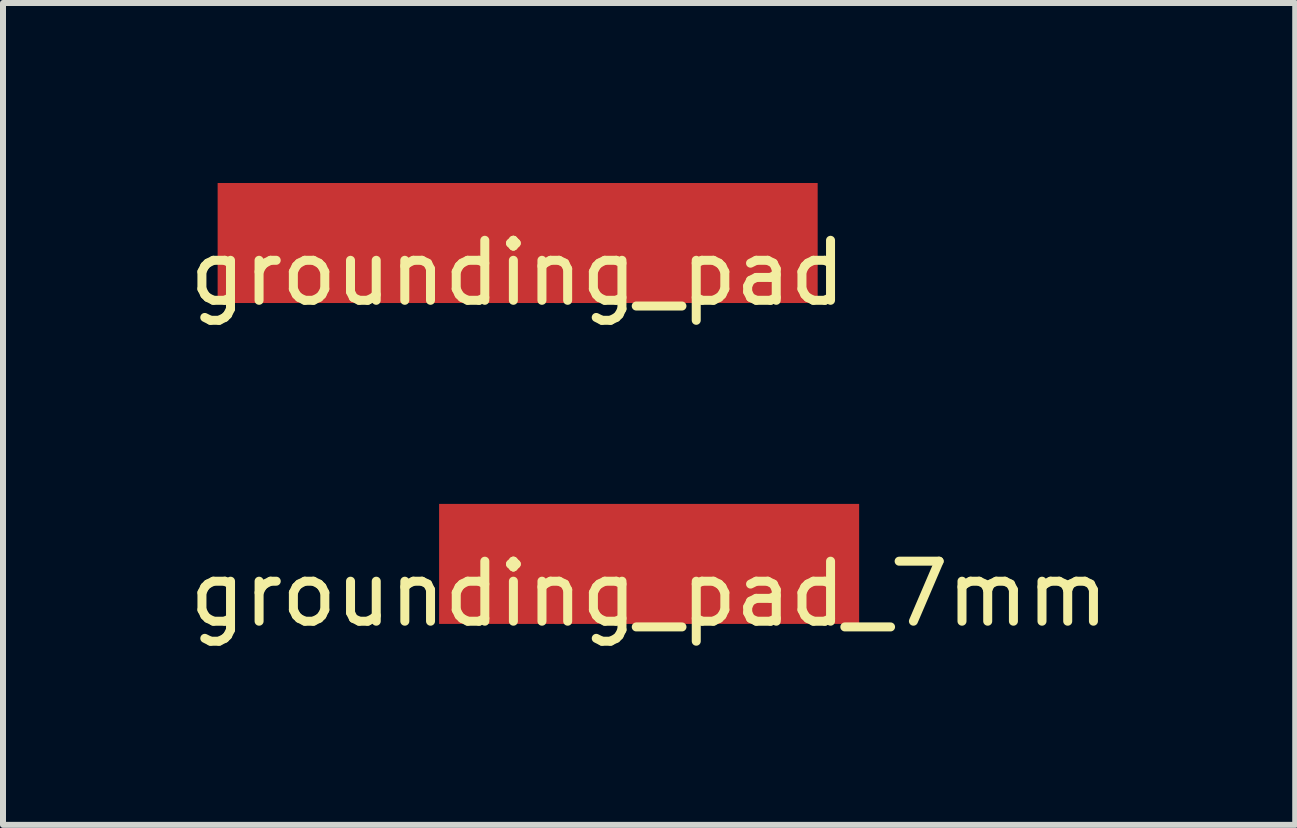
<source format=kicad_pcb>
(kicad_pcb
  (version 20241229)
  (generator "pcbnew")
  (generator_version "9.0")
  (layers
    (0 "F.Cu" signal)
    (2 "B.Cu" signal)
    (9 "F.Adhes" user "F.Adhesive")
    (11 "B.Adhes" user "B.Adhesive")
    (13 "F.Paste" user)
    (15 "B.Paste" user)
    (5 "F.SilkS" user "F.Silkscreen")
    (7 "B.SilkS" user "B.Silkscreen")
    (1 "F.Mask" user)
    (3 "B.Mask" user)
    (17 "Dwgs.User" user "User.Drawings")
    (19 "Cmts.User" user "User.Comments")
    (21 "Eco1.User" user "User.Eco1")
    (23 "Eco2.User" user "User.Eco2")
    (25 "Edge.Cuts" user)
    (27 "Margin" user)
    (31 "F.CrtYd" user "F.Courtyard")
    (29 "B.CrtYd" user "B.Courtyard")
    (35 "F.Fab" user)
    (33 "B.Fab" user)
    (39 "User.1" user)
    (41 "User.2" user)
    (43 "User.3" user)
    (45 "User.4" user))
  (footprint "grounding_pad_7mm"
    (layer "F.Cu")
    (at 7.768 6.348)
    (property "Reference" "grounding_pad_7mm" (at 0 0.5 0) (layer "F.SilkS") (effects (font (size 1 1) (thickness 0.15))))
    (attr through_hole)
    (pad "1" smd custom (at 0 0) (size 7 2) (layers "F.Cu" "F.Mask" "F.Paste") (options (anchor rect)) (primitives)))
  (footprint "grounding_pad"
    (layer "F.Cu")
    (at 5.577 1)
    (property "Reference" "grounding_pad" (at 0 0.5 0) (layer "F.SilkS") (effects (font (size 1 1) (thickness 0.15))))
    (attr through_hole)
    (pad "1" smd custom (at 0 0) (size 10 2) (layers "F.Cu" "F.Mask" "F.Paste") (options (anchor rect)) (primitives)))
  (gr_rect
    (start -3 -3)
    (end 18.536 10.697)
    (stroke (width 0.1) (type default))
    (fill no)
    (layer "Edge.Cuts")))
</source>
